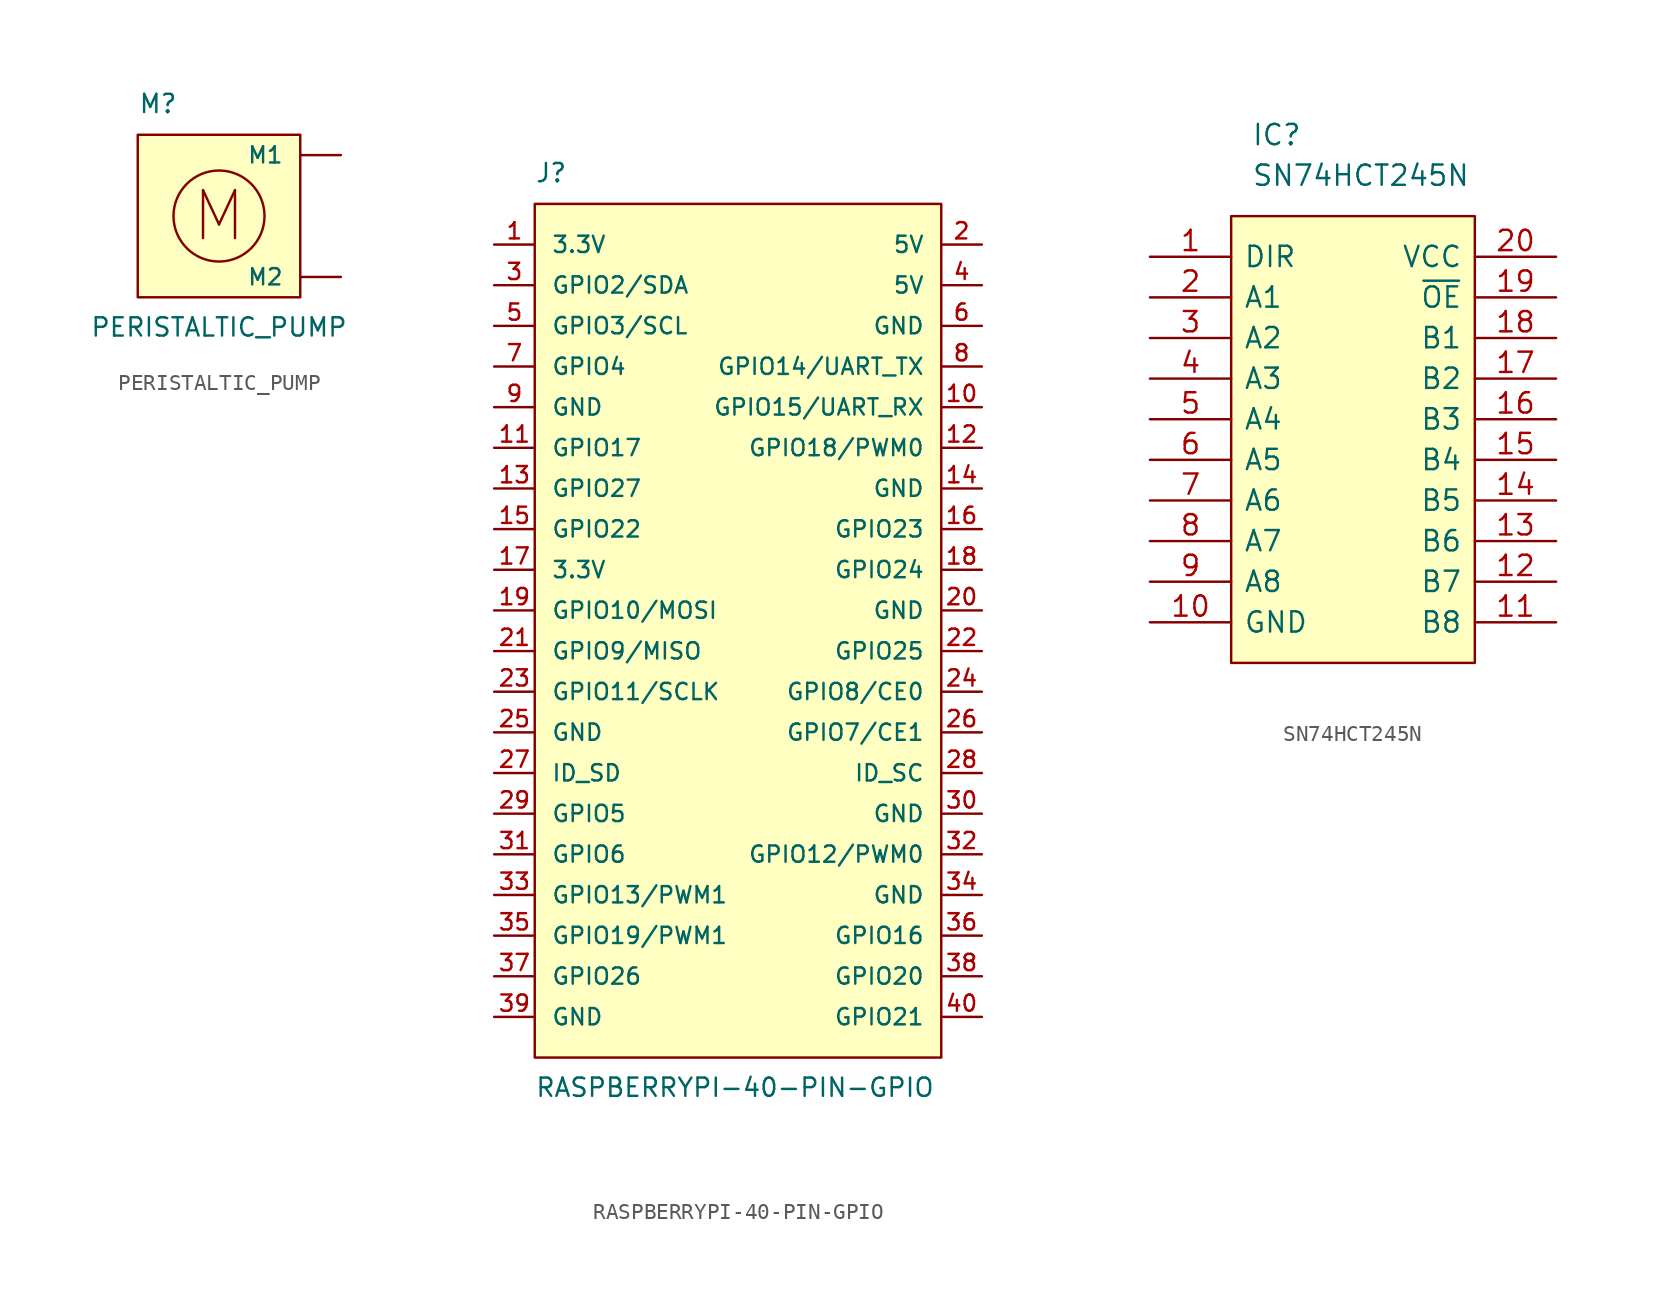
<source format=kicad_sym>
(kicad_symbol_lib
  (version 20211014)
  (generator kicad_symbol_editor)
  (symbol "PERISTALTIC_PUMP"
    (pin_numbers hide)
    (pin_names
      (offset 1.016))
    (property "Reference" "M"
      (at -3.81 7.62 0)
      (effects (font (size 1.143 1.143)) (justify bottom)))
    (property "Value" "PERISTALTIC_PUMP"
      (at 0 -6.35 0)
      (effects (font (size 1.143 1.143)) (justify bottom)))
    (symbol "PERISTALTIC_PUMP_0_0"
      (text "M" (at 0 1.27 0) (effects (font (size 2.997 2.997)))))
    (symbol "PERISTALTIC_PUMP_0_1"
      (rectangle (start -5.08 6.35) (end 5.08 -3.81) (stroke (width 0) (type default) (color 0 0 0 0)) (fill (type background)))
      (circle (center 0 1.27) (radius 2.845) (stroke (width 0) (type default) (color 0 0 0 0)) (fill (type none))))
    (symbol "PERISTALTIC_PUMP_1_1"
      (pin power_in line (at 7.62 5.08 180) (length 2.54) (name "M1" (effects (font (size 1.016 1.016)))) (number "1" (effects (font (size 1.016 1.016)))))
      (pin power_in line (at 7.62 -2.54 180) (length 2.54) (name "M2" (effects (font (size 1.016 1.016)))) (number "2" (effects (font (size 1.016 1.016)))))))
  (symbol "RASPBERRYPI-40-PIN-GPIO"
    (pin_names
      (offset 1.016))
    (property "Reference" "J"
      (at -13.97 27.94 0)
      (effects (font (size 1.143 1.143)) (justify left bottom)))
    (property "Value" "RASPBERRYPI-40-PIN-GPIO"
      (at -13.97 -29.21 0)
      (effects (font (size 1.143 1.143)) (justify left bottom)))
    (symbol "RASPBERRYPI-40-PIN-GPIO_1_1"
      (polyline (pts (xy -13.97 26.67) (xy 11.43 26.67) (xy 11.43 -26.67) (xy -13.97 -26.67) (xy -13.97 26.67)) (stroke (width 0) (type default) (color 0 0 0 0)) (fill (type background)))
      (pin power_in line (at -16.51 24.13 0) (length 2.54) (name "3.3V" (effects (font (size 1.016 1.016)))) (number "1" (effects (font (size 1.016 1.016)))))
      (pin bidirectional line (at 13.97 13.97 180) (length 2.54) (name "GPIO15/UART_RX" (effects (font (size 1.016 1.016)))) (number "10" (effects (font (size 1.016 1.016)))))
      (pin bidirectional line (at -16.51 11.43 0) (length 2.54) (name "GPIO17" (effects (font (size 1.016 1.016)))) (number "11" (effects (font (size 1.016 1.016)))))
      (pin bidirectional line (at 13.97 11.43 180) (length 2.54) (name "GPIO18/PWM0" (effects (font (size 1.016 1.016)))) (number "12" (effects (font (size 1.016 1.016)))))
      (pin bidirectional line (at -16.51 8.89 0) (length 2.54) (name "GPIO27" (effects (font (size 1.016 1.016)))) (number "13" (effects (font (size 1.016 1.016)))))
      (pin power_in line (at 13.97 8.89 180) (length 2.54) (name "GND" (effects (font (size 1.016 1.016)))) (number "14" (effects (font (size 1.016 1.016)))))
      (pin bidirectional line (at -16.51 6.35 0) (length 2.54) (name "GPIO22" (effects (font (size 1.016 1.016)))) (number "15" (effects (font (size 1.016 1.016)))))
      (pin bidirectional line (at 13.97 6.35 180) (length 2.54) (name "GPIO23" (effects (font (size 1.016 1.016)))) (number "16" (effects (font (size 1.016 1.016)))))
      (pin power_in line (at -16.51 3.81 0) (length 2.54) (name "3.3V" (effects (font (size 1.016 1.016)))) (number "17" (effects (font (size 1.016 1.016)))))
      (pin bidirectional line (at 13.97 3.81 180) (length 2.54) (name "GPIO24" (effects (font (size 1.016 1.016)))) (number "18" (effects (font (size 1.016 1.016)))))
      (pin bidirectional line (at -16.51 1.27 0) (length 2.54) (name "GPIO10/MOSI" (effects (font (size 1.016 1.016)))) (number "19" (effects (font (size 1.016 1.016)))))
      (pin power_in line (at 13.97 24.13 180) (length 2.54) (name "5V" (effects (font (size 1.016 1.016)))) (number "2" (effects (font (size 1.016 1.016)))))
      (pin power_in line (at 13.97 1.27 180) (length 2.54) (name "GND" (effects (font (size 1.016 1.016)))) (number "20" (effects (font (size 1.016 1.016)))))
      (pin bidirectional line (at -16.51 -1.27 0) (length 2.54) (name "GPIO9/MISO" (effects (font (size 1.016 1.016)))) (number "21" (effects (font (size 1.016 1.016)))))
      (pin bidirectional line (at 13.97 -1.27 180) (length 2.54) (name "GPIO25" (effects (font (size 1.016 1.016)))) (number "22" (effects (font (size 1.016 1.016)))))
      (pin bidirectional line (at -16.51 -3.81 0) (length 2.54) (name "GPIO11/SCLK" (effects (font (size 1.016 1.016)))) (number "23" (effects (font (size 1.016 1.016)))))
      (pin bidirectional line (at 13.97 -3.81 180) (length 2.54) (name "GPIO8/CE0" (effects (font (size 1.016 1.016)))) (number "24" (effects (font (size 1.016 1.016)))))
      (pin power_in line (at -16.51 -6.35 0) (length 2.54) (name "GND" (effects (font (size 1.016 1.016)))) (number "25" (effects (font (size 1.016 1.016)))))
      (pin bidirectional line (at 13.97 -6.35 180) (length 2.54) (name "GPIO7/CE1" (effects (font (size 1.016 1.016)))) (number "26" (effects (font (size 1.016 1.016)))))
      (pin bidirectional line (at -16.51 -8.89 0) (length 2.54) (name "ID_SD" (effects (font (size 1.016 1.016)))) (number "27" (effects (font (size 1.016 1.016)))))
      (pin bidirectional line (at 13.97 -8.89 180) (length 2.54) (name "ID_SC" (effects (font (size 1.016 1.016)))) (number "28" (effects (font (size 1.016 1.016)))))
      (pin bidirectional line (at -16.51 -11.43 0) (length 2.54) (name "GPIO5" (effects (font (size 1.016 1.016)))) (number "29" (effects (font (size 1.016 1.016)))))
      (pin bidirectional line (at -16.51 21.59 0) (length 2.54) (name "GPIO2/SDA" (effects (font (size 1.016 1.016)))) (number "3" (effects (font (size 1.016 1.016)))))
      (pin power_in line (at 13.97 -11.43 180) (length 2.54) (name "GND" (effects (font (size 1.016 1.016)))) (number "30" (effects (font (size 1.016 1.016)))))
      (pin bidirectional line (at -16.51 -13.97 0) (length 2.54) (name "GPIO6" (effects (font (size 1.016 1.016)))) (number "31" (effects (font (size 1.016 1.016)))))
      (pin bidirectional line (at 13.97 -13.97 180) (length 2.54) (name "GPIO12/PWM0" (effects (font (size 1.016 1.016)))) (number "32" (effects (font (size 1.016 1.016)))))
      (pin bidirectional line (at -16.51 -16.51 0) (length 2.54) (name "GPIO13/PWM1" (effects (font (size 1.016 1.016)))) (number "33" (effects (font (size 1.016 1.016)))))
      (pin power_in line (at 13.97 -16.51 180) (length 2.54) (name "GND" (effects (font (size 1.016 1.016)))) (number "34" (effects (font (size 1.016 1.016)))))
      (pin bidirectional line (at -16.51 -19.05 0) (length 2.54) (name "GPIO19/PWM1" (effects (font (size 1.016 1.016)))) (number "35" (effects (font (size 1.016 1.016)))))
      (pin bidirectional line (at 13.97 -19.05 180) (length 2.54) (name "GPIO16" (effects (font (size 1.016 1.016)))) (number "36" (effects (font (size 1.016 1.016)))))
      (pin bidirectional line (at -16.51 -21.59 0) (length 2.54) (name "GPIO26" (effects (font (size 1.016 1.016)))) (number "37" (effects (font (size 1.016 1.016)))))
      (pin bidirectional line (at 13.97 -21.59 180) (length 2.54) (name "GPIO20" (effects (font (size 1.016 1.016)))) (number "38" (effects (font (size 1.016 1.016)))))
      (pin power_in line (at -16.51 -24.13 0) (length 2.54) (name "GND" (effects (font (size 1.016 1.016)))) (number "39" (effects (font (size 1.016 1.016)))))
      (pin power_in line (at 13.97 21.59 180) (length 2.54) (name "5V" (effects (font (size 1.016 1.016)))) (number "4" (effects (font (size 1.016 1.016)))))
      (pin bidirectional line (at 13.97 -24.13 180) (length 2.54) (name "GPIO21" (effects (font (size 1.016 1.016)))) (number "40" (effects (font (size 1.016 1.016)))))
      (pin bidirectional line (at -16.51 19.05 0) (length 2.54) (name "GPIO3/SCL" (effects (font (size 1.016 1.016)))) (number "5" (effects (font (size 1.016 1.016)))))
      (pin power_in line (at 13.97 19.05 180) (length 2.54) (name "GND" (effects (font (size 1.016 1.016)))) (number "6" (effects (font (size 1.016 1.016)))))
      (pin bidirectional line (at -16.51 16.51 0) (length 2.54) (name "GPIO4" (effects (font (size 1.016 1.016)))) (number "7" (effects (font (size 1.016 1.016)))))
      (pin bidirectional line (at 13.97 16.51 180) (length 2.54) (name "GPIO14/UART_TX" (effects (font (size 1.016 1.016)))) (number "8" (effects (font (size 1.016 1.016)))))
      (pin power_in line (at -16.51 13.97 0) (length 2.54) (name "GND" (effects (font (size 1.016 1.016)))) (number "9" (effects (font (size 1.016 1.016)))))))
  (symbol "SN74HCT245N"
    (pin_names
      (offset 0.762))
    (property "Reference" "IC"
      (at 6.35 7.62 0)
      (effects (font (size 1.27 1.27)) (justify left)))
    (property "Value" "SN74HCT245N"
      (at 6.35 5.08 0)
      (effects (font (size 1.27 1.27)) (justify left)))
    (symbol "SN74HCT245N_0_0"
      (pin passive line (at 0 0 0) (length 5.08) (name "DIR" (effects (font (size 1.27 1.27)))) (number "1" (effects (font (size 1.27 1.27)))))
      (pin power_in line (at 0 -22.86 0) (length 5.08) (name "GND" (effects (font (size 1.27 1.27)))) (number "10" (effects (font (size 1.27 1.27)))))
      (pin passive line (at 25.4 -22.86 180) (length 5.08) (name "B8" (effects (font (size 1.27 1.27)))) (number "11" (effects (font (size 1.27 1.27)))))
      (pin passive line (at 25.4 -20.32 180) (length 5.08) (name "B7" (effects (font (size 1.27 1.27)))) (number "12" (effects (font (size 1.27 1.27)))))
      (pin passive line (at 25.4 -17.78 180) (length 5.08) (name "B6" (effects (font (size 1.27 1.27)))) (number "13" (effects (font (size 1.27 1.27)))))
      (pin passive line (at 25.4 -15.24 180) (length 5.08) (name "B5" (effects (font (size 1.27 1.27)))) (number "14" (effects (font (size 1.27 1.27)))))
      (pin passive line (at 25.4 -12.7 180) (length 5.08) (name "B4" (effects (font (size 1.27 1.27)))) (number "15" (effects (font (size 1.27 1.27)))))
      (pin passive line (at 25.4 -10.16 180) (length 5.08) (name "B3" (effects (font (size 1.27 1.27)))) (number "16" (effects (font (size 1.27 1.27)))))
      (pin passive line (at 25.4 -7.62 180) (length 5.08) (name "B2" (effects (font (size 1.27 1.27)))) (number "17" (effects (font (size 1.27 1.27)))))
      (pin passive line (at 25.4 -5.08 180) (length 5.08) (name "B1" (effects (font (size 1.27 1.27)))) (number "18" (effects (font (size 1.27 1.27)))))
      (pin passive line (at 25.4 -2.54 180) (length 5.08) (name "~{OE}" (effects (font (size 1.27 1.27)))) (number "19" (effects (font (size 1.27 1.27)))))
      (pin passive line (at 0 -2.54 0) (length 5.08) (name "A1" (effects (font (size 1.27 1.27)))) (number "2" (effects (font (size 1.27 1.27)))))
      (pin power_in line (at 25.4 0 180) (length 5.08) (name "VCC" (effects (font (size 1.27 1.27)))) (number "20" (effects (font (size 1.27 1.27)))))
      (pin passive line (at 0 -5.08 0) (length 5.08) (name "A2" (effects (font (size 1.27 1.27)))) (number "3" (effects (font (size 1.27 1.27)))))
      (pin passive line (at 0 -7.62 0) (length 5.08) (name "A3" (effects (font (size 1.27 1.27)))) (number "4" (effects (font (size 1.27 1.27)))))
      (pin passive line (at 0 -10.16 0) (length 5.08) (name "A4" (effects (font (size 1.27 1.27)))) (number "5" (effects (font (size 1.27 1.27)))))
      (pin passive line (at 0 -12.7 0) (length 5.08) (name "A5" (effects (font (size 1.27 1.27)))) (number "6" (effects (font (size 1.27 1.27)))))
      (pin passive line (at 0 -15.24 0) (length 5.08) (name "A6" (effects (font (size 1.27 1.27)))) (number "7" (effects (font (size 1.27 1.27)))))
      (pin passive line (at 0 -17.78 0) (length 5.08) (name "A7" (effects (font (size 1.27 1.27)))) (number "8" (effects (font (size 1.27 1.27)))))
      (pin passive line (at 0 -20.32 0) (length 5.08) (name "A8" (effects (font (size 1.27 1.27)))) (number "9" (effects (font (size 1.27 1.27))))))
    (symbol "SN74HCT245N_0_1"
      (polyline (pts (xy 5.08 2.54) (xy 20.32 2.54) (xy 20.32 -25.4) (xy 5.08 -25.4) (xy 5.08 2.54)) (stroke (width 0.152) (type default) (color 0 0 0 0)) (fill (type background))))))
</source>
